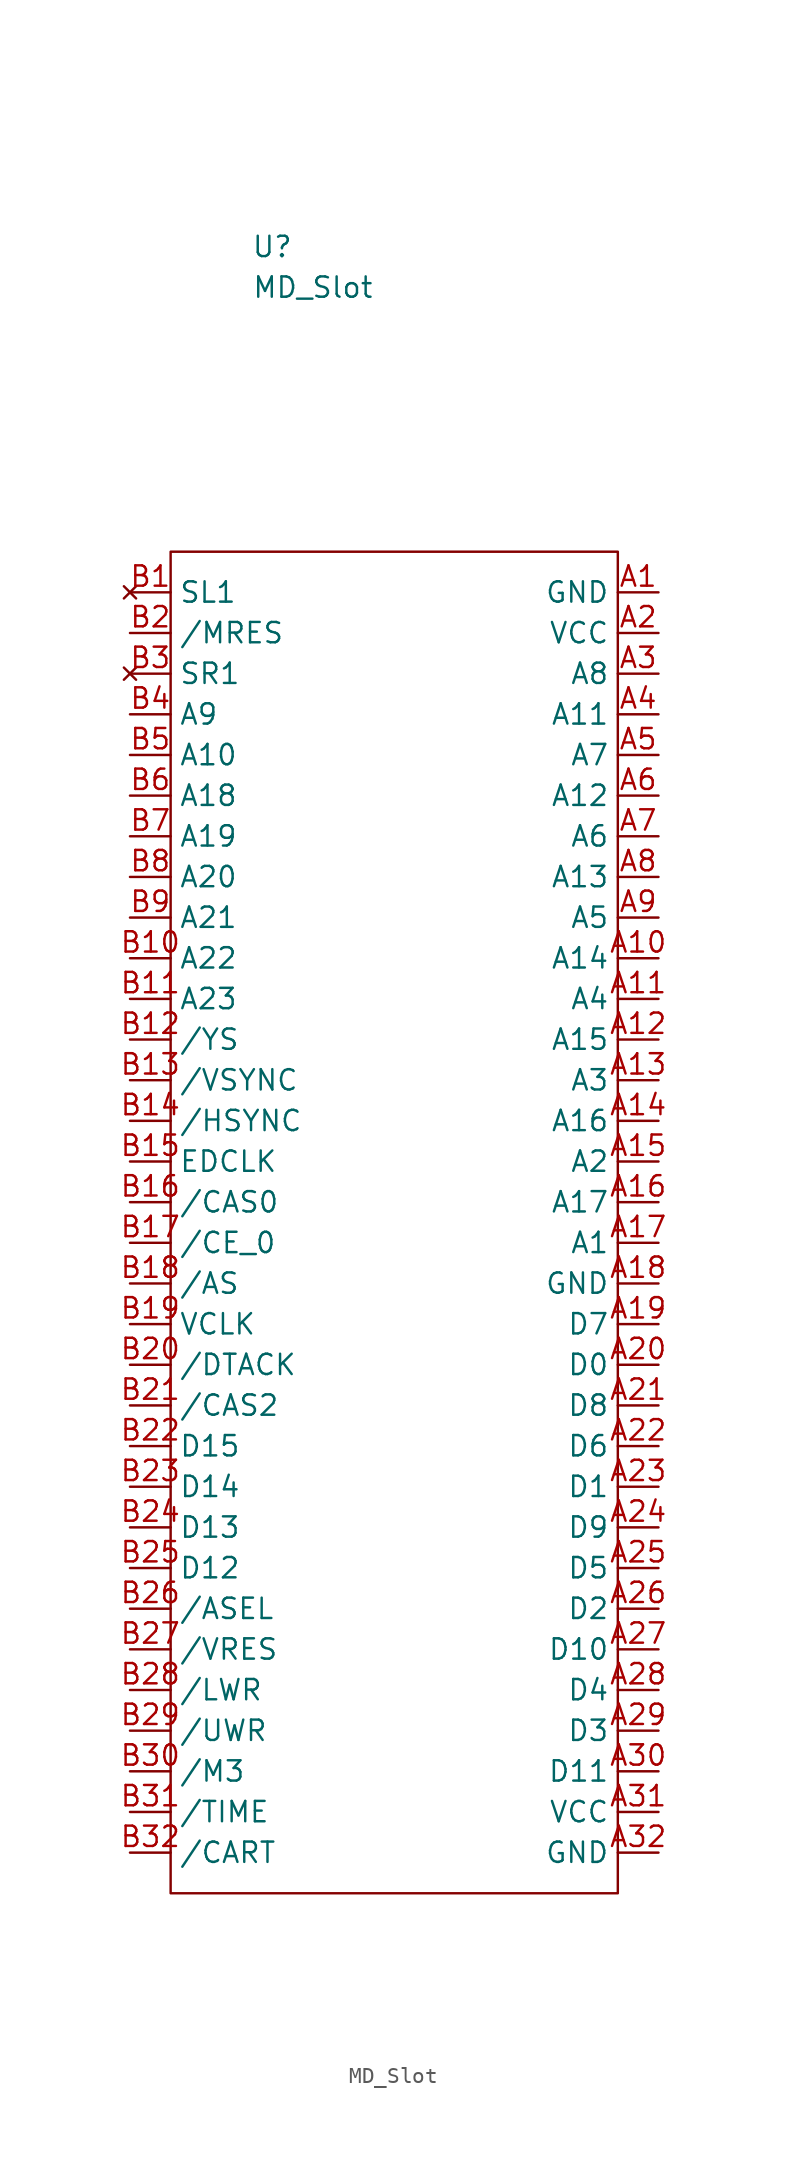
<source format=kicad_sym>
(kicad_symbol_lib
  (version 20211014)
  (generator kicad_symbol_editor)
  (symbol "MD_Slot"
    (property "Reference" "U"
      (at -1.27 39.37 0)
      (effects (font (size 1.27 1.27))))
    (property "Value" "MD_Slot"
      (at 1.27 36.83 0)
      (effects (font (size 1.27 1.27))))
    (symbol "MD_Slot_0_1"
      (rectangle (start -7.62 20.32) (end 20.32 -63.5) (stroke (width 0.152) (type default) (color 0 0 0 0)) (fill (type none))))
    (symbol "MD_Slot_1_1"
      (pin power_in line (at 22.86 17.78 180) (length 2.54) (name "GND" (effects (font (size 1.27 1.27)))) (number "A1" (effects (font (size 1.27 1.27)))))
      (pin input line (at 22.86 -5.08 180) (length 2.54) (name "A14" (effects (font (size 1.27 1.27)))) (number "A10" (effects (font (size 1.27 1.27)))))
      (pin input line (at 22.86 -7.62 180) (length 2.54) (name "A4" (effects (font (size 1.27 1.27)))) (number "A11" (effects (font (size 1.27 1.27)))))
      (pin input line (at 22.86 -10.16 180) (length 2.54) (name "A15" (effects (font (size 1.27 1.27)))) (number "A12" (effects (font (size 1.27 1.27)))))
      (pin input line (at 22.86 -12.7 180) (length 2.54) (name "A3" (effects (font (size 1.27 1.27)))) (number "A13" (effects (font (size 1.27 1.27)))))
      (pin input line (at 22.86 -15.24 180) (length 2.54) (name "A16" (effects (font (size 1.27 1.27)))) (number "A14" (effects (font (size 1.27 1.27)))))
      (pin input line (at 22.86 -17.78 180) (length 2.54) (name "A2" (effects (font (size 1.27 1.27)))) (number "A15" (effects (font (size 1.27 1.27)))))
      (pin input line (at 22.86 -20.32 180) (length 2.54) (name "A17" (effects (font (size 1.27 1.27)))) (number "A16" (effects (font (size 1.27 1.27)))))
      (pin input line (at 22.86 -22.86 180) (length 2.54) (name "A1" (effects (font (size 1.27 1.27)))) (number "A17" (effects (font (size 1.27 1.27)))))
      (pin power_in line (at 22.86 -25.4 180) (length 2.54) (name "GND" (effects (font (size 1.27 1.27)))) (number "A18" (effects (font (size 1.27 1.27)))))
      (pin bidirectional line (at 22.86 -27.94 180) (length 2.54) (name "D7" (effects (font (size 1.27 1.27)))) (number "A19" (effects (font (size 1.27 1.27)))))
      (pin power_in line (at 22.86 15.24 180) (length 2.54) (name "VCC" (effects (font (size 1.27 1.27)))) (number "A2" (effects (font (size 1.27 1.27)))))
      (pin bidirectional line (at 22.86 -30.48 180) (length 2.54) (name "D0" (effects (font (size 1.27 1.27)))) (number "A20" (effects (font (size 1.27 1.27)))))
      (pin bidirectional line (at 22.86 -33.02 180) (length 2.54) (name "D8" (effects (font (size 1.27 1.27)))) (number "A21" (effects (font (size 1.27 1.27)))))
      (pin bidirectional line (at 22.86 -35.56 180) (length 2.54) (name "D6" (effects (font (size 1.27 1.27)))) (number "A22" (effects (font (size 1.27 1.27)))))
      (pin bidirectional line (at 22.86 -38.1 180) (length 2.54) (name "D1" (effects (font (size 1.27 1.27)))) (number "A23" (effects (font (size 1.27 1.27)))))
      (pin bidirectional line (at 22.86 -40.64 180) (length 2.54) (name "D9" (effects (font (size 1.27 1.27)))) (number "A24" (effects (font (size 1.27 1.27)))))
      (pin bidirectional line (at 22.86 -43.18 180) (length 2.54) (name "D5" (effects (font (size 1.27 1.27)))) (number "A25" (effects (font (size 1.27 1.27)))))
      (pin bidirectional line (at 22.86 -45.72 180) (length 2.54) (name "D2" (effects (font (size 1.27 1.27)))) (number "A26" (effects (font (size 1.27 1.27)))))
      (pin bidirectional line (at 22.86 -48.26 180) (length 2.54) (name "D10" (effects (font (size 1.27 1.27)))) (number "A27" (effects (font (size 1.27 1.27)))))
      (pin bidirectional line (at 22.86 -50.8 180) (length 2.54) (name "D4" (effects (font (size 1.27 1.27)))) (number "A28" (effects (font (size 1.27 1.27)))))
      (pin bidirectional line (at 22.86 -53.34 180) (length 2.54) (name "D3" (effects (font (size 1.27 1.27)))) (number "A29" (effects (font (size 1.27 1.27)))))
      (pin input line (at 22.86 12.7 180) (length 2.54) (name "A8" (effects (font (size 1.27 1.27)))) (number "A3" (effects (font (size 1.27 1.27)))))
      (pin bidirectional line (at 22.86 -55.88 180) (length 2.54) (name "D11" (effects (font (size 1.27 1.27)))) (number "A30" (effects (font (size 1.27 1.27)))))
      (pin power_in line (at 22.86 -58.42 180) (length 2.54) (name "VCC" (effects (font (size 1.27 1.27)))) (number "A31" (effects (font (size 1.27 1.27)))))
      (pin power_in line (at 22.86 -60.96 180) (length 2.54) (name "GND" (effects (font (size 1.27 1.27)))) (number "A32" (effects (font (size 1.27 1.27)))))
      (pin input line (at 22.86 10.16 180) (length 2.54) (name "A11" (effects (font (size 1.27 1.27)))) (number "A4" (effects (font (size 1.27 1.27)))))
      (pin input line (at 22.86 7.62 180) (length 2.54) (name "A7" (effects (font (size 1.27 1.27)))) (number "A5" (effects (font (size 1.27 1.27)))))
      (pin input line (at 22.86 5.08 180) (length 2.54) (name "A12" (effects (font (size 1.27 1.27)))) (number "A6" (effects (font (size 1.27 1.27)))))
      (pin input line (at 22.86 2.54 180) (length 2.54) (name "A6" (effects (font (size 1.27 1.27)))) (number "A7" (effects (font (size 1.27 1.27)))))
      (pin input line (at 22.86 0 180) (length 2.54) (name "A13" (effects (font (size 1.27 1.27)))) (number "A8" (effects (font (size 1.27 1.27)))))
      (pin input line (at 22.86 -2.54 180) (length 2.54) (name "A5" (effects (font (size 1.27 1.27)))) (number "A9" (effects (font (size 1.27 1.27)))))
      (pin no_connect line (at -10.16 17.78 0) (length 2.54) (name "SL1" (effects (font (size 1.27 1.27)))) (number "B1" (effects (font (size 1.27 1.27)))))
      (pin input line (at -10.16 -5.08 0) (length 2.54) (name "A22" (effects (font (size 1.27 1.27)))) (number "B10" (effects (font (size 1.27 1.27)))))
      (pin input line (at -10.16 -7.62 0) (length 2.54) (name "A23" (effects (font (size 1.27 1.27)))) (number "B11" (effects (font (size 1.27 1.27)))))
      (pin input line (at -10.16 -10.16 0) (length 2.54) (name "/YS" (effects (font (size 1.27 1.27)))) (number "B12" (effects (font (size 1.27 1.27)))))
      (pin input line (at -10.16 -12.7 0) (length 2.54) (name "/VSYNC" (effects (font (size 1.27 1.27)))) (number "B13" (effects (font (size 1.27 1.27)))))
      (pin input line (at -10.16 -15.24 0) (length 2.54) (name "/HSYNC" (effects (font (size 1.27 1.27)))) (number "B14" (effects (font (size 1.27 1.27)))))
      (pin input line (at -10.16 -17.78 0) (length 2.54) (name "EDCLK" (effects (font (size 1.27 1.27)))) (number "B15" (effects (font (size 1.27 1.27)))))
      (pin input line (at -10.16 -20.32 0) (length 2.54) (name "/CAS0" (effects (font (size 1.27 1.27)))) (number "B16" (effects (font (size 1.27 1.27)))))
      (pin input line (at -10.16 -22.86 0) (length 2.54) (name "/CE_0" (effects (font (size 1.27 1.27)))) (number "B17" (effects (font (size 1.27 1.27)))))
      (pin input line (at -10.16 -25.4 0) (length 2.54) (name "/AS" (effects (font (size 1.27 1.27)))) (number "B18" (effects (font (size 1.27 1.27)))))
      (pin input line (at -10.16 -27.94 0) (length 2.54) (name "VCLK" (effects (font (size 1.27 1.27)))) (number "B19" (effects (font (size 1.27 1.27)))))
      (pin input line (at -10.16 15.24 0) (length 2.54) (name "/MRES" (effects (font (size 1.27 1.27)))) (number "B2" (effects (font (size 1.27 1.27)))))
      (pin input line (at -10.16 -30.48 0) (length 2.54) (name "/DTACK" (effects (font (size 1.27 1.27)))) (number "B20" (effects (font (size 1.27 1.27)))))
      (pin input line (at -10.16 -33.02 0) (length 2.54) (name "/CAS2" (effects (font (size 1.27 1.27)))) (number "B21" (effects (font (size 1.27 1.27)))))
      (pin bidirectional line (at -10.16 -35.56 0) (length 2.54) (name "D15" (effects (font (size 1.27 1.27)))) (number "B22" (effects (font (size 1.27 1.27)))))
      (pin bidirectional line (at -10.16 -38.1 0) (length 2.54) (name "D14" (effects (font (size 1.27 1.27)))) (number "B23" (effects (font (size 1.27 1.27)))))
      (pin bidirectional line (at -10.16 -40.64 0) (length 2.54) (name "D13" (effects (font (size 1.27 1.27)))) (number "B24" (effects (font (size 1.27 1.27)))))
      (pin bidirectional line (at -10.16 -43.18 0) (length 2.54) (name "D12" (effects (font (size 1.27 1.27)))) (number "B25" (effects (font (size 1.27 1.27)))))
      (pin input line (at -10.16 -45.72 0) (length 2.54) (name "/ASEL" (effects (font (size 1.27 1.27)))) (number "B26" (effects (font (size 1.27 1.27)))))
      (pin input line (at -10.16 -48.26 0) (length 2.54) (name "/VRES" (effects (font (size 1.27 1.27)))) (number "B27" (effects (font (size 1.27 1.27)))))
      (pin input line (at -10.16 -50.8 0) (length 2.54) (name "/LWR" (effects (font (size 1.27 1.27)))) (number "B28" (effects (font (size 1.27 1.27)))))
      (pin input line (at -10.16 -53.34 0) (length 2.54) (name "/UWR" (effects (font (size 1.27 1.27)))) (number "B29" (effects (font (size 1.27 1.27)))))
      (pin no_connect line (at -10.16 12.7 0) (length 2.54) (name "SR1" (effects (font (size 1.27 1.27)))) (number "B3" (effects (font (size 1.27 1.27)))))
      (pin input line (at -10.16 -55.88 0) (length 2.54) (name "/M3" (effects (font (size 1.27 1.27)))) (number "B30" (effects (font (size 1.27 1.27)))))
      (pin input line (at -10.16 -58.42 0) (length 2.54) (name "/TIME" (effects (font (size 1.27 1.27)))) (number "B31" (effects (font (size 1.27 1.27)))))
      (pin input line (at -10.16 -60.96 0) (length 2.54) (name "/CART" (effects (font (size 1.27 1.27)))) (number "B32" (effects (font (size 1.27 1.27)))))
      (pin input line (at -10.16 10.16 0) (length 2.54) (name "A9" (effects (font (size 1.27 1.27)))) (number "B4" (effects (font (size 1.27 1.27)))))
      (pin input line (at -10.16 7.62 0) (length 2.54) (name "A10" (effects (font (size 1.27 1.27)))) (number "B5" (effects (font (size 1.27 1.27)))))
      (pin input line (at -10.16 5.08 0) (length 2.54) (name "A18" (effects (font (size 1.27 1.27)))) (number "B6" (effects (font (size 1.27 1.27)))))
      (pin input line (at -10.16 2.54 0) (length 2.54) (name "A19" (effects (font (size 1.27 1.27)))) (number "B7" (effects (font (size 1.27 1.27)))))
      (pin input line (at -10.16 0 0) (length 2.54) (name "A20" (effects (font (size 1.27 1.27)))) (number "B8" (effects (font (size 1.27 1.27)))))
      (pin input line (at -10.16 -2.54 0) (length 2.54) (name "A21" (effects (font (size 1.27 1.27)))) (number "B9" (effects (font (size 1.27 1.27))))))))
</source>
